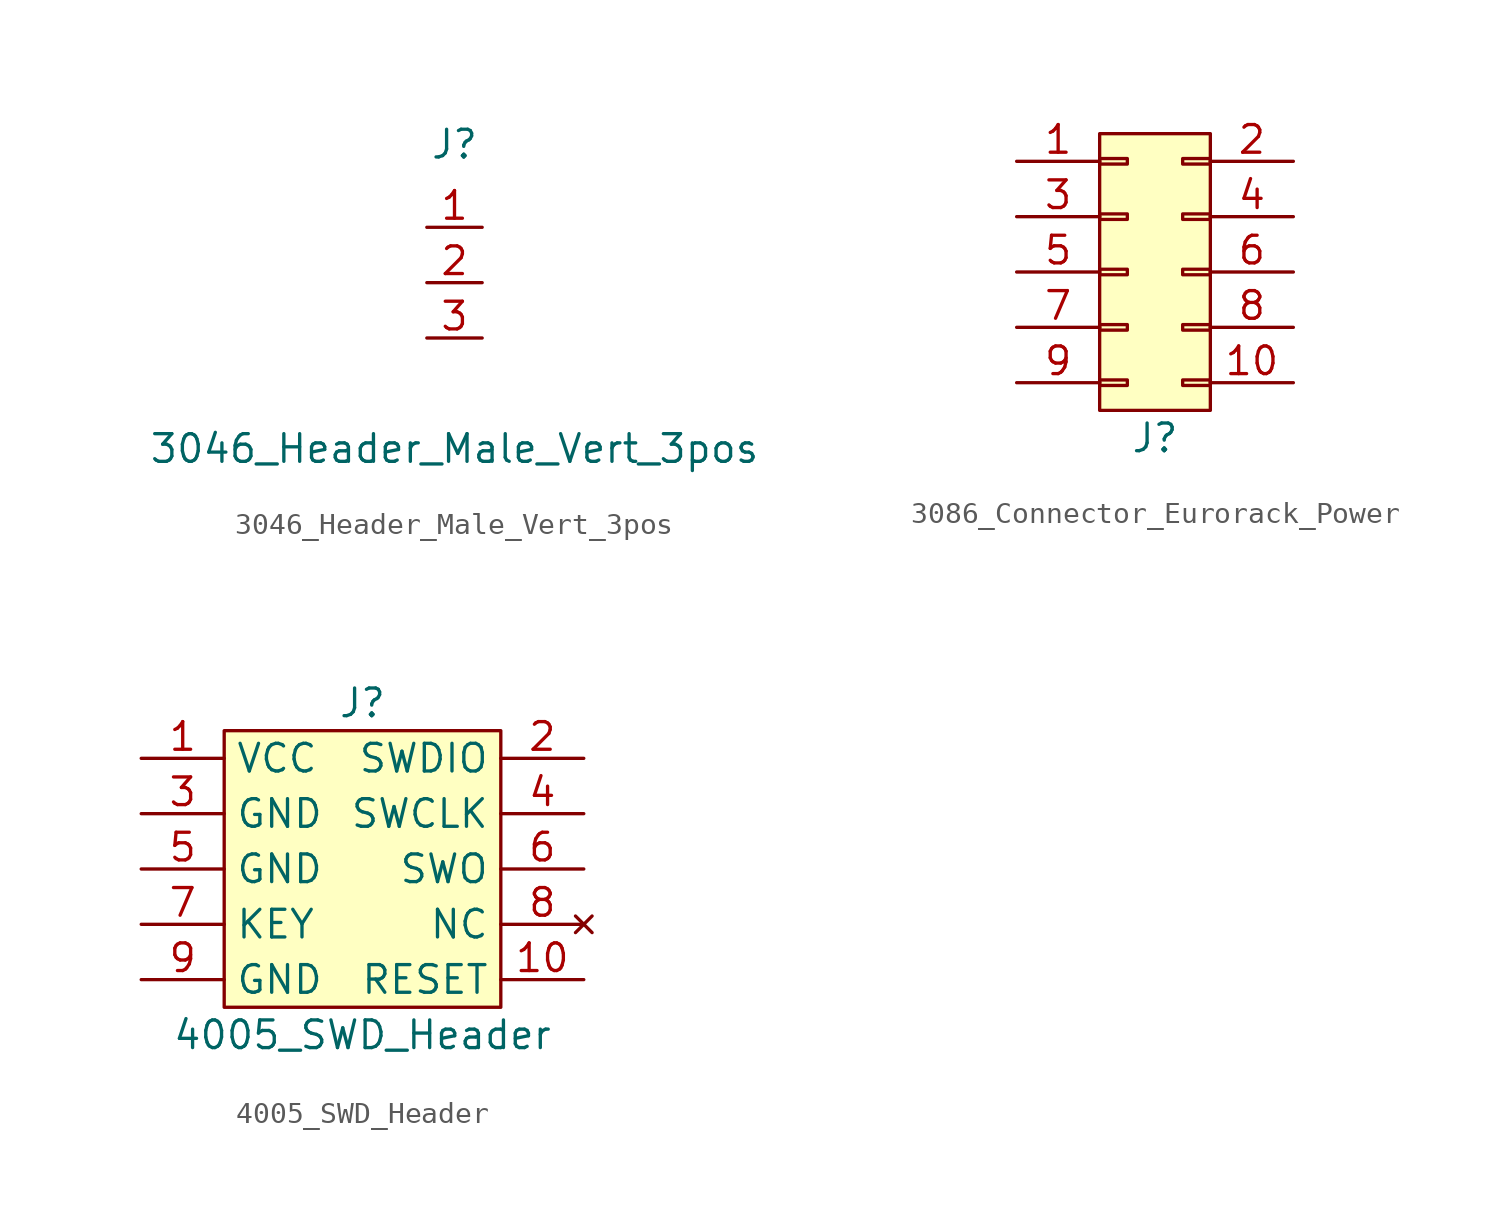
<source format=kicad_sym>
(kicad_symbol_lib
  (version 20211014)
  (generator kicad_symbol_editor)
  (symbol "3046_Header_Male_Vert_3pos"
    (pin_names
      (offset 1.016))
    (property "Reference" "J"
      (at 0 6.35 0)
      (effects (font (size 1.27 1.27))))
    (property "Value" "3046_Header_Male_Vert_3pos"
      (at 0 -7.62 0)
      (effects (font (size 1.27 1.27))))
    (symbol "3046_Header_Male_Vert_3pos_1_1"
      (pin passive line (at -1.27 2.54 0) (length 2.54) (name "~" (effects (font (size 1.27 1.27)))) (number "1" (effects (font (size 1.27 1.27)))))
      (pin passive line (at -1.27 0 0) (length 2.54) (name "~" (effects (font (size 1.27 1.27)))) (number "2" (effects (font (size 1.27 1.27)))))
      (pin passive line (at -1.27 -2.54 0) (length 2.54) (name "~" (effects (font (size 1.27 1.27)))) (number "3" (effects (font (size 1.27 1.27)))))))
  (symbol "3086_Connector_Eurorack_Power"
    (pin_names
      (offset 1.016) hide)
    (property "Reference" "J"
      (at 0 -7.62 0)
      (effects (font (size 1.27 1.27))))
    (symbol "3086_Connector_Eurorack_Power_0_1"
      (rectangle (start 2.54 6.35) (end -2.54 -6.35) (stroke (width 0) (type default) (color 0 0 0 0)) (fill (type background))))
    (symbol "3086_Connector_Eurorack_Power_1_1"
      (rectangle (start -2.54 -4.953) (end -1.27 -5.207) (stroke (width 0.152) (type default) (color 0 0 0 0)) (fill (type none)))
      (rectangle (start -2.54 -2.413) (end -1.27 -2.667) (stroke (width 0.152) (type default) (color 0 0 0 0)) (fill (type none)))
      (rectangle (start -2.54 0.127) (end -1.27 -0.127) (stroke (width 0.152) (type default) (color 0 0 0 0)) (fill (type none)))
      (rectangle (start -2.54 2.667) (end -1.27 2.413) (stroke (width 0.152) (type default) (color 0 0 0 0)) (fill (type none)))
      (rectangle (start -2.54 5.207) (end -1.27 4.953) (stroke (width 0.152) (type default) (color 0 0 0 0)) (fill (type none)))
      (rectangle (start 2.54 -4.953) (end 1.27 -5.207) (stroke (width 0.152) (type default) (color 0 0 0 0)) (fill (type none)))
      (rectangle (start 2.54 -2.413) (end 1.27 -2.667) (stroke (width 0.152) (type default) (color 0 0 0 0)) (fill (type none)))
      (rectangle (start 2.54 0.127) (end 1.27 -0.127) (stroke (width 0.152) (type default) (color 0 0 0 0)) (fill (type none)))
      (rectangle (start 2.54 2.667) (end 1.27 2.413) (stroke (width 0.152) (type default) (color 0 0 0 0)) (fill (type none)))
      (rectangle (start 2.54 5.207) (end 1.27 4.953) (stroke (width 0.152) (type default) (color 0 0 0 0)) (fill (type none)))
      (pin passive line (at -6.35 5.08 0) (length 3.81) (name "Pin_1" (effects (font (size 1.27 1.27)))) (number "1" (effects (font (size 1.27 1.27)))))
      (pin passive line (at 6.35 -5.08 180) (length 3.81) (name "Pin_10" (effects (font (size 1.27 1.27)))) (number "10" (effects (font (size 1.27 1.27)))))
      (pin passive line (at 6.35 5.08 180) (length 3.81) (name "Pin_2" (effects (font (size 1.27 1.27)))) (number "2" (effects (font (size 1.27 1.27)))))
      (pin passive line (at -6.35 2.54 0) (length 3.81) (name "Pin_3" (effects (font (size 1.27 1.27)))) (number "3" (effects (font (size 1.27 1.27)))))
      (pin passive line (at 6.35 2.54 180) (length 3.81) (name "Pin_4" (effects (font (size 1.27 1.27)))) (number "4" (effects (font (size 1.27 1.27)))))
      (pin passive line (at -6.35 0 0) (length 3.81) (name "Pin_5" (effects (font (size 1.27 1.27)))) (number "5" (effects (font (size 1.27 1.27)))))
      (pin passive line (at 6.35 0 180) (length 3.81) (name "Pin_6" (effects (font (size 1.27 1.27)))) (number "6" (effects (font (size 1.27 1.27)))))
      (pin passive line (at -6.35 -2.54 0) (length 3.81) (name "Pin_7" (effects (font (size 1.27 1.27)))) (number "7" (effects (font (size 1.27 1.27)))))
      (pin passive line (at 6.35 -2.54 180) (length 3.81) (name "Pin_8" (effects (font (size 1.27 1.27)))) (number "8" (effects (font (size 1.27 1.27)))))
      (pin passive line (at -6.35 -5.08 0) (length 3.81) (name "Pin_9" (effects (font (size 1.27 1.27)))) (number "9" (effects (font (size 1.27 1.27)))))))
  (symbol "4005_SWD_Header"
    (property "Reference" "J"
      (at 0 7.62 0)
      (effects (font (size 1.27 1.27))))
    (property "Value" "4005_SWD_Header"
      (at 0 -7.62 0)
      (effects (font (size 1.27 1.27))))
    (symbol "4005_SWD_Header_0_1"
      (rectangle (start -6.35 6.35) (end 6.35 -6.35) (stroke (width 0) (type default) (color 0 0 0 0)) (fill (type background))))
    (symbol "4005_SWD_Header_1_1"
      (pin power_in line (at -10.16 5.08 0) (length 3.81) (name "VCC" (effects (font (size 1.27 1.27)))) (number "1" (effects (font (size 1.27 1.27)))))
      (pin output line (at 10.16 -5.08 180) (length 3.81) (name "RESET" (effects (font (size 1.27 1.27)))) (number "10" (effects (font (size 1.27 1.27)))))
      (pin bidirectional line (at 10.16 5.08 180) (length 3.81) (name "SWDIO" (effects (font (size 1.27 1.27)))) (number "2" (effects (font (size 1.27 1.27)))))
      (pin power_in line (at -10.16 2.54 0) (length 3.81) (name "GND" (effects (font (size 1.27 1.27)))) (number "3" (effects (font (size 1.27 1.27)))))
      (pin output line (at 10.16 2.54 180) (length 3.81) (name "SWCLK" (effects (font (size 1.27 1.27)))) (number "4" (effects (font (size 1.27 1.27)))))
      (pin power_in line (at -10.16 0 0) (length 3.81) (name "GND" (effects (font (size 1.27 1.27)))) (number "5" (effects (font (size 1.27 1.27)))))
      (pin passive line (at 10.16 0 180) (length 3.81) (name "SWO" (effects (font (size 1.27 1.27)))) (number "6" (effects (font (size 1.27 1.27)))))
      (pin passive line (at -10.16 -2.54 0) (length 3.81) (name "KEY" (effects (font (size 1.27 1.27)))) (number "7" (effects (font (size 1.27 1.27)))))
      (pin no_connect line (at 10.16 -2.54 180) (length 3.81) (name "NC" (effects (font (size 1.27 1.27)))) (number "8" (effects (font (size 1.27 1.27)))))
      (pin power_in line (at -10.16 -5.08 0) (length 3.81) (name "GND" (effects (font (size 1.27 1.27)))) (number "9" (effects (font (size 1.27 1.27))))))))
</source>
